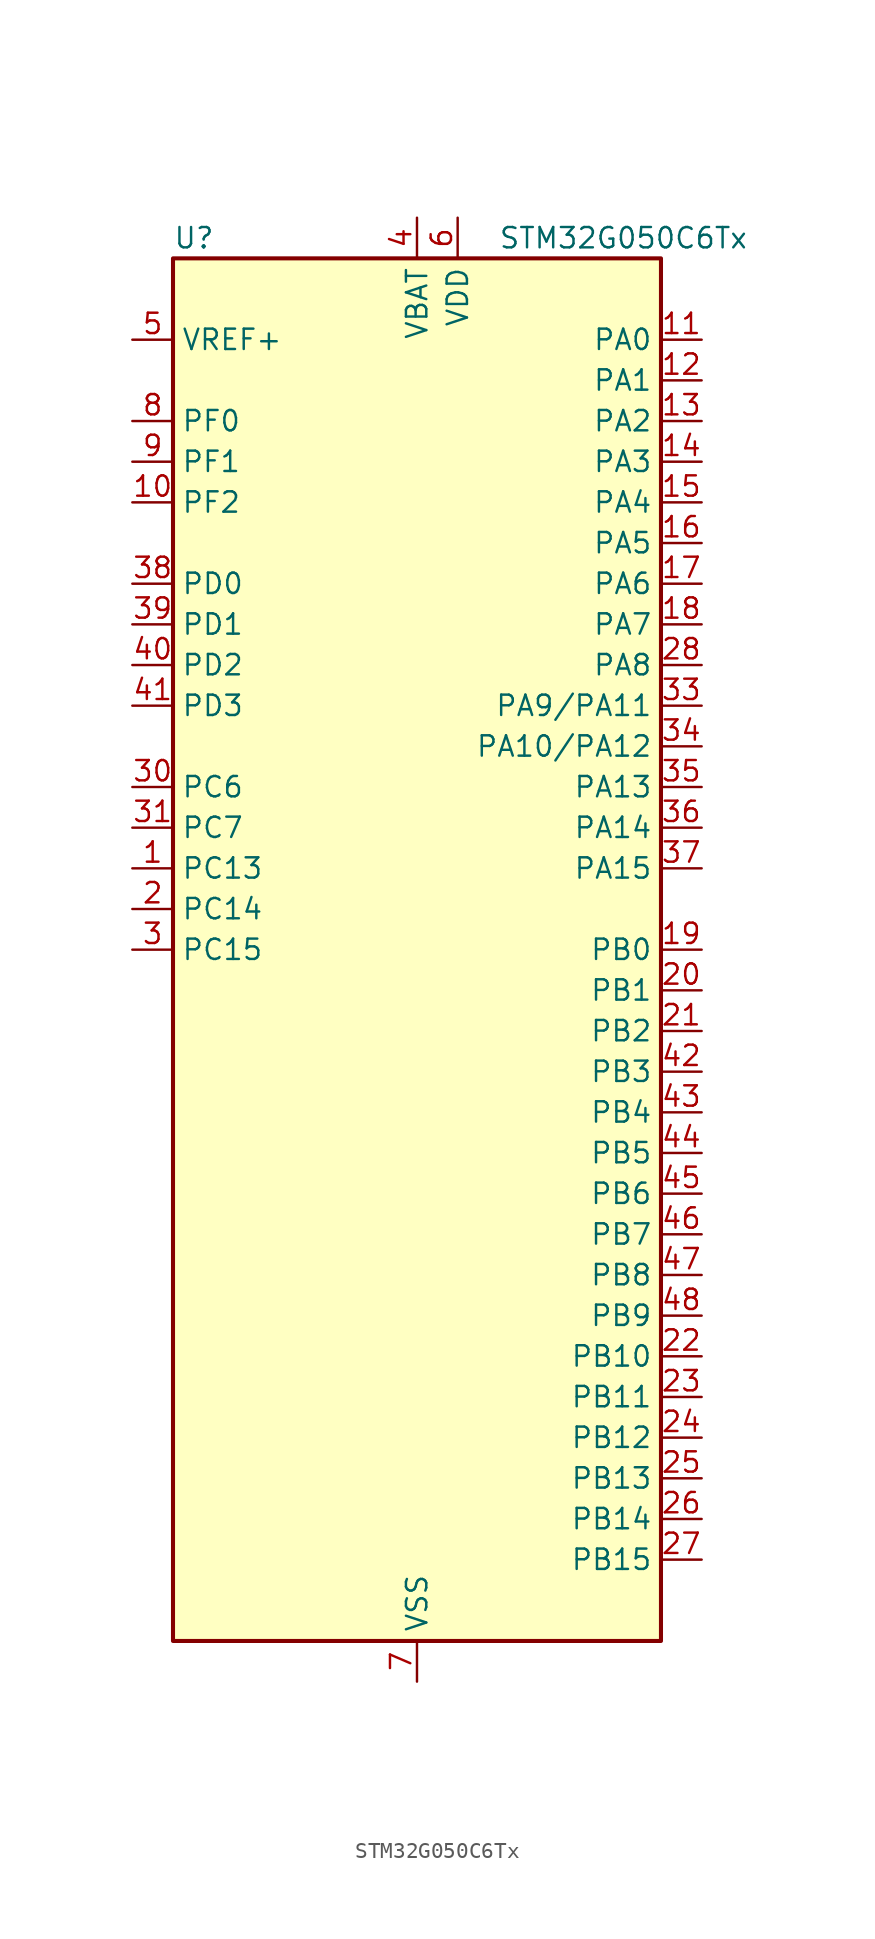
<source format=kicad_sym>
(kicad_symbol_lib
  (version 20231120)
  (generator "kicad-library-utils")
  (generator_version "8.0")
  (symbol "STM32G050C6Tx"
    (property "Reference" "U"
      (at -15.24 44.45 0)
      (effects (font (size 1.27 1.27)) (justify left)))
    (property "Value" "STM32G050C6Tx"
      (at 5.08 44.45 0)
      (effects (font (size 1.27 1.27)) (justify left)))
    (symbol "STM32G050C6Tx_0_1"
      (rectangle (start -15.24 -43.18) (end 15.24 43.18) (stroke (width 0.254) (type default)) (fill (type background))))
    (symbol "STM32G050C6Tx_1_1"
      (pin bidirectional line (at -17.78 5.08 0) (length 2.54) (name "PC13" (effects (font (size 1.27 1.27)))) (number "1" (effects (font (size 1.27 1.27)))) (alternate "RTC_OUT1" bidirectional line) (alternate "RTC_TAMP_IN1" bidirectional line) (alternate "RTC_TS" bidirectional line) (alternate "SYS_WKUP2" bidirectional line) (alternate "TIM1_BK" bidirectional line))
      (pin bidirectional line (at -17.78 27.94 0) (length 2.54) (name "PF2" (effects (font (size 1.27 1.27)))) (number "10" (effects (font (size 1.27 1.27)))) (alternate "RCC_MCO" bidirectional line))
      (pin bidirectional line (at 17.78 38.1 180) (length 2.54) (name "PA0" (effects (font (size 1.27 1.27)))) (number "11" (effects (font (size 1.27 1.27)))) (alternate "ADC1_IN0" bidirectional line) (alternate "RTC_TAMP_IN2" bidirectional line) (alternate "SPI2_SCK" bidirectional line) (alternate "SYS_WKUP1" bidirectional line) (alternate "USART2_CTS" bidirectional line) (alternate "USART2_NSS" bidirectional line))
      (pin bidirectional line (at 17.78 35.56 180) (length 2.54) (name "PA1" (effects (font (size 1.27 1.27)))) (number "12" (effects (font (size 1.27 1.27)))) (alternate "ADC1_IN1" bidirectional line) (alternate "I2C1_SMBA" bidirectional line) (alternate "I2S1_CK" bidirectional line) (alternate "SPI1_SCK" bidirectional line) (alternate "TIM15_CH1N" bidirectional line) (alternate "USART2_CK" bidirectional line) (alternate "USART2_DE" bidirectional line) (alternate "USART2_RTS" bidirectional line))
      (pin bidirectional line (at 17.78 33.02 180) (length 2.54) (name "PA2" (effects (font (size 1.27 1.27)))) (number "13" (effects (font (size 1.27 1.27)))) (alternate "ADC1_IN2" bidirectional line) (alternate "I2S1_SD" bidirectional line) (alternate "RCC_LSCO" bidirectional line) (alternate "SPI1_MOSI" bidirectional line) (alternate "SYS_WKUP4" bidirectional line) (alternate "TIM15_CH1" bidirectional line) (alternate "USART2_TX" bidirectional line))
      (pin bidirectional line (at 17.78 30.48 180) (length 2.54) (name "PA3" (effects (font (size 1.27 1.27)))) (number "14" (effects (font (size 1.27 1.27)))) (alternate "ADC1_IN3" bidirectional line) (alternate "SPI2_MISO" bidirectional line) (alternate "TIM15_CH2" bidirectional line) (alternate "USART2_RX" bidirectional line))
      (pin bidirectional line (at 17.78 27.94 180) (length 2.54) (name "PA4" (effects (font (size 1.27 1.27)))) (number "15" (effects (font (size 1.27 1.27)))) (alternate "ADC1_IN4" bidirectional line) (alternate "I2S1_WS" bidirectional line) (alternate "RTC_OUT2" bidirectional line) (alternate "SPI1_NSS" bidirectional line) (alternate "SPI2_MOSI" bidirectional line) (alternate "TIM14_CH1" bidirectional line))
      (pin bidirectional line (at 17.78 25.4 180) (length 2.54) (name "PA5" (effects (font (size 1.27 1.27)))) (number "16" (effects (font (size 1.27 1.27)))) (alternate "ADC1_IN5" bidirectional line) (alternate "I2S1_CK" bidirectional line) (alternate "SPI1_SCK" bidirectional line))
      (pin bidirectional line (at 17.78 22.86 180) (length 2.54) (name "PA6" (effects (font (size 1.27 1.27)))) (number "17" (effects (font (size 1.27 1.27)))) (alternate "ADC1_IN6" bidirectional line) (alternate "I2S1_MCK" bidirectional line) (alternate "SPI1_MISO" bidirectional line) (alternate "TIM16_CH1" bidirectional line) (alternate "TIM1_BK" bidirectional line) (alternate "TIM3_CH1" bidirectional line))
      (pin bidirectional line (at 17.78 20.32 180) (length 2.54) (name "PA7" (effects (font (size 1.27 1.27)))) (number "18" (effects (font (size 1.27 1.27)))) (alternate "ADC1_IN7" bidirectional line) (alternate "I2S1_SD" bidirectional line) (alternate "SPI1_MOSI" bidirectional line) (alternate "TIM14_CH1" bidirectional line) (alternate "TIM17_CH1" bidirectional line) (alternate "TIM1_CH1N" bidirectional line) (alternate "TIM3_CH2" bidirectional line))
      (pin bidirectional line (at 17.78 0 180) (length 2.54) (name "PB0" (effects (font (size 1.27 1.27)))) (number "19" (effects (font (size 1.27 1.27)))) (alternate "ADC1_IN8" bidirectional line) (alternate "I2S1_WS" bidirectional line) (alternate "SPI1_NSS" bidirectional line) (alternate "TIM1_CH2N" bidirectional line) (alternate "TIM3_CH3" bidirectional line))
      (pin bidirectional line (at -17.78 2.54 0) (length 2.54) (name "PC14" (effects (font (size 1.27 1.27)))) (number "2" (effects (font (size 1.27 1.27)))) (alternate "RCC_OSC32_IN" bidirectional line) (alternate "TIM1_BK2" bidirectional line))
      (pin bidirectional line (at 17.78 -2.54 180) (length 2.54) (name "PB1" (effects (font (size 1.27 1.27)))) (number "20" (effects (font (size 1.27 1.27)))) (alternate "ADC1_IN9" bidirectional line) (alternate "TIM14_CH1" bidirectional line) (alternate "TIM1_CH3N" bidirectional line) (alternate "TIM3_CH4" bidirectional line))
      (pin bidirectional line (at 17.78 -5.08 180) (length 2.54) (name "PB2" (effects (font (size 1.27 1.27)))) (number "21" (effects (font (size 1.27 1.27)))) (alternate "ADC1_IN10" bidirectional line) (alternate "SPI2_MISO" bidirectional line))
      (pin bidirectional line (at 17.78 -25.4 180) (length 2.54) (name "PB10" (effects (font (size 1.27 1.27)))) (number "22" (effects (font (size 1.27 1.27)))) (alternate "ADC1_IN11" bidirectional line) (alternate "I2C2_SCL" bidirectional line) (alternate "SPI2_SCK" bidirectional line))
      (pin bidirectional line (at 17.78 -27.94 180) (length 2.54) (name "PB11" (effects (font (size 1.27 1.27)))) (number "23" (effects (font (size 1.27 1.27)))) (alternate "ADC1_EXTI11" bidirectional line) (alternate "ADC1_IN15" bidirectional line) (alternate "I2C2_SDA" bidirectional line) (alternate "SPI2_MOSI" bidirectional line))
      (pin bidirectional line (at 17.78 -30.48 180) (length 2.54) (name "PB12" (effects (font (size 1.27 1.27)))) (number "24" (effects (font (size 1.27 1.27)))) (alternate "ADC1_IN16" bidirectional line) (alternate "SPI2_NSS" bidirectional line) (alternate "TIM15_BK" bidirectional line) (alternate "TIM1_BK" bidirectional line))
      (pin bidirectional line (at 17.78 -33.02 180) (length 2.54) (name "PB13" (effects (font (size 1.27 1.27)))) (number "25" (effects (font (size 1.27 1.27)))) (alternate "I2C2_SCL" bidirectional line) (alternate "SPI2_SCK" bidirectional line) (alternate "TIM15_CH1N" bidirectional line) (alternate "TIM1_CH1N" bidirectional line))
      (pin bidirectional line (at 17.78 -35.56 180) (length 2.54) (name "PB14" (effects (font (size 1.27 1.27)))) (number "26" (effects (font (size 1.27 1.27)))) (alternate "I2C2_SDA" bidirectional line) (alternate "SPI2_MISO" bidirectional line) (alternate "TIM15_CH1" bidirectional line) (alternate "TIM1_CH2N" bidirectional line))
      (pin bidirectional line (at 17.78 -38.1 180) (length 2.54) (name "PB15" (effects (font (size 1.27 1.27)))) (number "27" (effects (font (size 1.27 1.27)))) (alternate "RTC_REFIN" bidirectional line) (alternate "SPI2_MOSI" bidirectional line) (alternate "TIM15_CH1N" bidirectional line) (alternate "TIM15_CH2" bidirectional line) (alternate "TIM1_CH3N" bidirectional line))
      (pin bidirectional line (at 17.78 17.78 180) (length 2.54) (name "PA8" (effects (font (size 1.27 1.27)))) (number "28" (effects (font (size 1.27 1.27)))) (alternate "RCC_MCO" bidirectional line) (alternate "SPI2_NSS" bidirectional line) (alternate "TIM1_CH1" bidirectional line))
      (pin no_connect line (at -15.24 -43.18 0) (length 2.54) hide (name "NC/PA9" (effects (font (size 1.27 1.27)))) (number "29" (effects (font (size 1.27 1.27)))) (alternate "NC" bidirectional line) (alternate "PA9" bidirectional line) (alternate "I2C1_SCL (PA9)" bidirectional line) (alternate "RCC_MCO (PA9)" bidirectional line) (alternate "SPI2_MISO (PA9)" bidirectional line) (alternate "TIM15_BK (PA9)" bidirectional line) (alternate "TIM1_CH2 (PA9)" bidirectional line) (alternate "USART1_TX (PA9)" bidirectional line))
      (pin bidirectional line (at -17.78 0 0) (length 2.54) (name "PC15" (effects (font (size 1.27 1.27)))) (number "3" (effects (font (size 1.27 1.27)))) (alternate "RCC_OSC32_EN" bidirectional line) (alternate "RCC_OSC32_OUT" bidirectional line) (alternate "RCC_OSC_EN" bidirectional line) (alternate "TIM15_BK" bidirectional line))
      (pin bidirectional line (at -17.78 10.16 0) (length 2.54) (name "PC6" (effects (font (size 1.27 1.27)))) (number "30" (effects (font (size 1.27 1.27)))) (alternate "TIM3_CH1" bidirectional line))
      (pin bidirectional line (at -17.78 7.62 0) (length 2.54) (name "PC7" (effects (font (size 1.27 1.27)))) (number "31" (effects (font (size 1.27 1.27)))) (alternate "TIM3_CH2" bidirectional line))
      (pin no_connect line (at -15.24 -40.64 0) (length 2.54) hide (name "NC/PA10" (effects (font (size 1.27 1.27)))) (number "32" (effects (font (size 1.27 1.27)))) (alternate "NC" bidirectional line) (alternate "PA10" bidirectional line) (alternate "I2C1_SDA (PA10)" bidirectional line) (alternate "SPI2_MOSI (PA10)" bidirectional line) (alternate "TIM17_BK (PA10)" bidirectional line) (alternate "TIM1_CH3 (PA10)" bidirectional line) (alternate "USART1_RX (PA10)" bidirectional line))
      (pin bidirectional line (at 17.78 15.24 180) (length 2.54) (name "PA9/PA11" (effects (font (size 1.27 1.27)))) (number "33" (effects (font (size 1.27 1.27)))) (alternate "PA9" bidirectional line) (alternate "I2C1_SCL (PA9)" bidirectional line) (alternate "RCC_MCO (PA9)" bidirectional line) (alternate "SPI2_MISO (PA9)" bidirectional line) (alternate "TIM15_BK (PA9)" bidirectional line) (alternate "TIM1_CH2 (PA9)" bidirectional line) (alternate "USART1_TX (PA9)" bidirectional line) (alternate "PA11" bidirectional line) (alternate "ADC1_EXTI11 (PA11)" bidirectional line) (alternate "I2C2_SCL (PA11)" bidirectional line) (alternate "I2S1_MCK (PA11)" bidirectional line) (alternate "SPI1_MISO (PA11)" bidirectional line) (alternate "TIM1_BK2 (PA11)" bidirectional line) (alternate "TIM1_CH4 (PA11)" bidirectional line) (alternate "USART1_CTS (PA11)" bidirectional line) (alternate "USART1_NSS (PA11)" bidirectional line))
      (pin bidirectional line (at 17.78 12.7 180) (length 2.54) (name "PA10/PA12" (effects (font (size 1.27 1.27)))) (number "34" (effects (font (size 1.27 1.27)))) (alternate "PA10" bidirectional line) (alternate "I2C1_SDA (PA10)" bidirectional line) (alternate "SPI2_MOSI (PA10)" bidirectional line) (alternate "TIM17_BK (PA10)" bidirectional line) (alternate "TIM1_CH3 (PA10)" bidirectional line) (alternate "USART1_RX (PA10)" bidirectional line) (alternate "PA12" bidirectional line) (alternate "I2C2_SDA (PA12)" bidirectional line) (alternate "I2S1_SD (PA12)" bidirectional line) (alternate "I2S_CKIN (PA12)" bidirectional line) (alternate "SPI1_MOSI (PA12)" bidirectional line) (alternate "TIM1_ETR (PA12)" bidirectional line) (alternate "USART1_CK (PA12)" bidirectional line) (alternate "USART1_DE (PA12)" bidirectional line) (alternate "USART1_RTS (PA12)" bidirectional line))
      (pin bidirectional line (at 17.78 10.16 180) (length 2.54) (name "PA13" (effects (font (size 1.27 1.27)))) (number "35" (effects (font (size 1.27 1.27)))) (alternate "ADC1_IN17" bidirectional line) (alternate "IR_OUT" bidirectional line) (alternate "SYS_SWDIO" bidirectional line))
      (pin bidirectional line (at 17.78 7.62 180) (length 2.54) (name "PA14" (effects (font (size 1.27 1.27)))) (number "36" (effects (font (size 1.27 1.27)))) (alternate "ADC1_IN18" bidirectional line) (alternate "SYS_SWCLK" bidirectional line) (alternate "USART2_TX" bidirectional line))
      (pin bidirectional line (at 17.78 5.08 180) (length 2.54) (name "PA15" (effects (font (size 1.27 1.27)))) (number "37" (effects (font (size 1.27 1.27)))) (alternate "I2S1_WS" bidirectional line) (alternate "SPI1_NSS" bidirectional line) (alternate "USART2_RX" bidirectional line))
      (pin bidirectional line (at -17.78 22.86 0) (length 2.54) (name "PD0" (effects (font (size 1.27 1.27)))) (number "38" (effects (font (size 1.27 1.27)))) (alternate "SPI2_NSS" bidirectional line) (alternate "TIM16_CH1" bidirectional line))
      (pin bidirectional line (at -17.78 20.32 0) (length 2.54) (name "PD1" (effects (font (size 1.27 1.27)))) (number "39" (effects (font (size 1.27 1.27)))) (alternate "SPI2_SCK" bidirectional line) (alternate "TIM17_CH1" bidirectional line))
      (pin power_in line (at 0 45.72 270) (length 2.54) (name "VBAT" (effects (font (size 1.27 1.27)))) (number "4" (effects (font (size 1.27 1.27)))))
      (pin bidirectional line (at -17.78 17.78 0) (length 2.54) (name "PD2" (effects (font (size 1.27 1.27)))) (number "40" (effects (font (size 1.27 1.27)))) (alternate "TIM1_CH1N" bidirectional line) (alternate "TIM3_ETR" bidirectional line))
      (pin bidirectional line (at -17.78 15.24 0) (length 2.54) (name "PD3" (effects (font (size 1.27 1.27)))) (number "41" (effects (font (size 1.27 1.27)))) (alternate "SPI2_MISO" bidirectional line) (alternate "TIM1_CH2N" bidirectional line) (alternate "USART2_CTS" bidirectional line) (alternate "USART2_NSS" bidirectional line))
      (pin bidirectional line (at 17.78 -7.62 180) (length 2.54) (name "PB3" (effects (font (size 1.27 1.27)))) (number "42" (effects (font (size 1.27 1.27)))) (alternate "I2S1_CK" bidirectional line) (alternate "SPI1_SCK" bidirectional line) (alternate "TIM1_CH2" bidirectional line) (alternate "USART1_CK" bidirectional line) (alternate "USART1_DE" bidirectional line) (alternate "USART1_RTS" bidirectional line))
      (pin bidirectional line (at 17.78 -10.16 180) (length 2.54) (name "PB4" (effects (font (size 1.27 1.27)))) (number "43" (effects (font (size 1.27 1.27)))) (alternate "I2S1_MCK" bidirectional line) (alternate "SPI1_MISO" bidirectional line) (alternate "TIM17_BK" bidirectional line) (alternate "TIM3_CH1" bidirectional line) (alternate "USART1_CTS" bidirectional line) (alternate "USART1_NSS" bidirectional line))
      (pin bidirectional line (at 17.78 -12.7 180) (length 2.54) (name "PB5" (effects (font (size 1.27 1.27)))) (number "44" (effects (font (size 1.27 1.27)))) (alternate "I2C1_SMBA" bidirectional line) (alternate "I2S1_SD" bidirectional line) (alternate "SPI1_MOSI" bidirectional line) (alternate "SYS_WKUP6" bidirectional line) (alternate "TIM16_BK" bidirectional line) (alternate "TIM3_CH2" bidirectional line))
      (pin bidirectional line (at 17.78 -15.24 180) (length 2.54) (name "PB6" (effects (font (size 1.27 1.27)))) (number "45" (effects (font (size 1.27 1.27)))) (alternate "I2C1_SCL" bidirectional line) (alternate "SPI2_MISO" bidirectional line) (alternate "TIM16_CH1N" bidirectional line) (alternate "TIM1_CH3" bidirectional line) (alternate "USART1_TX" bidirectional line))
      (pin bidirectional line (at 17.78 -17.78 180) (length 2.54) (name "PB7" (effects (font (size 1.27 1.27)))) (number "46" (effects (font (size 1.27 1.27)))) (alternate "I2C1_SDA" bidirectional line) (alternate "SPI2_MOSI" bidirectional line) (alternate "SYS_PVD_IN" bidirectional line) (alternate "TIM17_CH1N" bidirectional line) (alternate "USART1_RX" bidirectional line))
      (pin bidirectional line (at 17.78 -20.32 180) (length 2.54) (name "PB8" (effects (font (size 1.27 1.27)))) (number "47" (effects (font (size 1.27 1.27)))) (alternate "I2C1_SCL" bidirectional line) (alternate "SPI2_SCK" bidirectional line) (alternate "TIM15_BK" bidirectional line) (alternate "TIM16_CH1" bidirectional line))
      (pin bidirectional line (at 17.78 -22.86 180) (length 2.54) (name "PB9" (effects (font (size 1.27 1.27)))) (number "48" (effects (font (size 1.27 1.27)))) (alternate "I2C1_SDA" bidirectional line) (alternate "IR_OUT" bidirectional line) (alternate "SPI2_NSS" bidirectional line) (alternate "TIM17_CH1" bidirectional line))
      (pin input line (at -17.78 38.1 0) (length 2.54) (name "VREF+" (effects (font (size 1.27 1.27)))) (number "5" (effects (font (size 1.27 1.27)))) (alternate "VREFBUF_OUT" bidirectional line))
      (pin power_in line (at 2.54 45.72 270) (length 2.54) (name "VDD" (effects (font (size 1.27 1.27)))) (number "6" (effects (font (size 1.27 1.27)))))
      (pin power_in line (at 0 -45.72 90) (length 2.54) (name "VSS" (effects (font (size 1.27 1.27)))) (number "7" (effects (font (size 1.27 1.27)))))
      (pin bidirectional line (at -17.78 33.02 0) (length 2.54) (name "PF0" (effects (font (size 1.27 1.27)))) (number "8" (effects (font (size 1.27 1.27)))) (alternate "RCC_OSC_IN" bidirectional line) (alternate "TIM14_CH1" bidirectional line))
      (pin bidirectional line (at -17.78 30.48 0) (length 2.54) (name "PF1" (effects (font (size 1.27 1.27)))) (number "9" (effects (font (size 1.27 1.27)))) (alternate "RCC_OSC_EN" bidirectional line) (alternate "RCC_OSC_OUT" bidirectional line) (alternate "TIM15_CH1N" bidirectional line)))))
</source>
